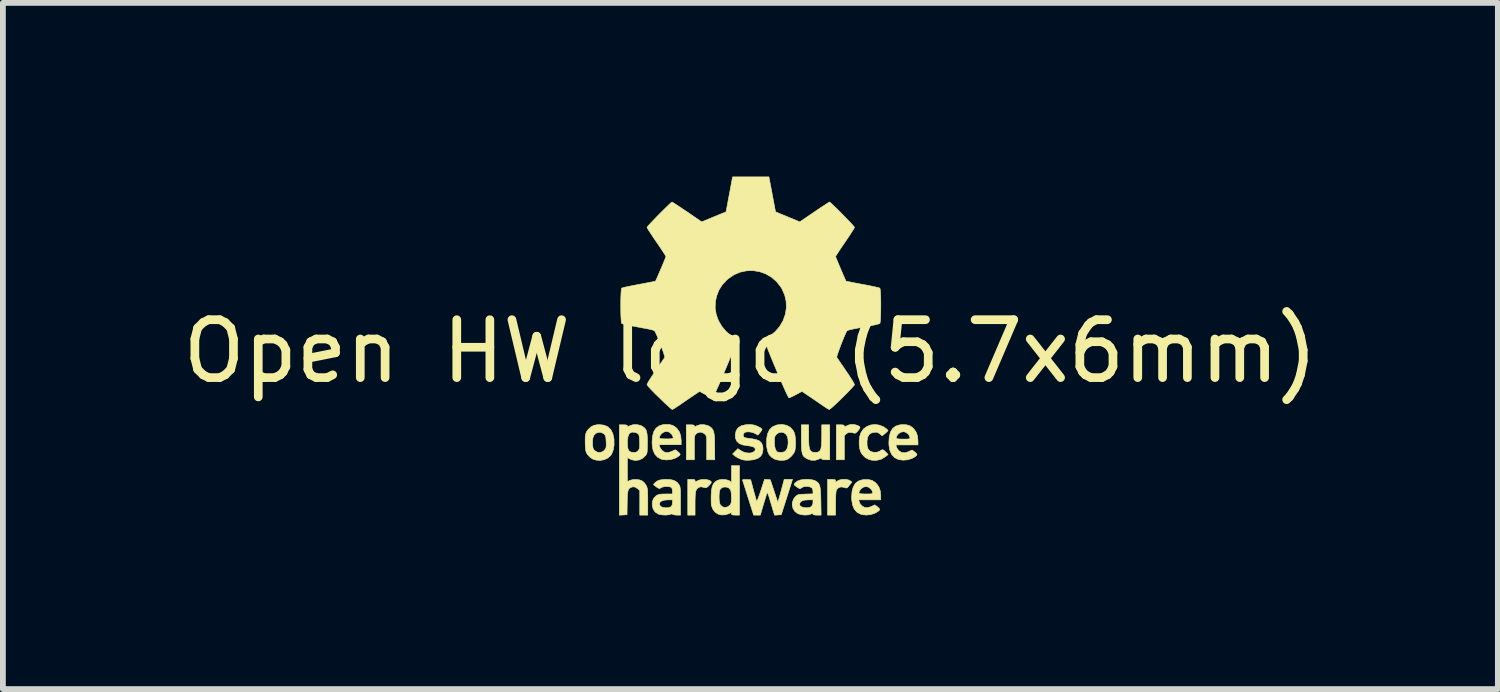
<source format=kicad_pcb>
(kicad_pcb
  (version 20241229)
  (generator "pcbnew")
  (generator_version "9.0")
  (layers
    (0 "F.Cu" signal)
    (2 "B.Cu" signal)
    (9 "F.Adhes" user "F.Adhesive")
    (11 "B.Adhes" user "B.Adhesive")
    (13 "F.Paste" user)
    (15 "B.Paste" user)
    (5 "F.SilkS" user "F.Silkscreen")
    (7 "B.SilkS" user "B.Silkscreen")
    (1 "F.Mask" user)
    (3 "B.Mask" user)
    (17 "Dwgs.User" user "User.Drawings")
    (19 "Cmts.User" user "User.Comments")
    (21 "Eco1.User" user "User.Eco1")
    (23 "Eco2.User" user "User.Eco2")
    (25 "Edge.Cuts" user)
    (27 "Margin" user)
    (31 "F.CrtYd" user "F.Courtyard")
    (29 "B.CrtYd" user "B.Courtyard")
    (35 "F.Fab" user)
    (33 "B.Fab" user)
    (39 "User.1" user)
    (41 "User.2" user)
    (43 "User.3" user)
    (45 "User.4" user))
  (footprint "Open HW logo (5.7x6mm)"
    (layer "F.Cu")
    (at 9.911 3.017)
    (property "Reference" "Open HW logo (5.7x6mm)" (at 0 0 0) (layer "F.SilkS") (effects (font (size 1 1) (thickness 0.15))))
    (attr exclude_from_pos_files exclude_from_bom)
    (fp_poly (pts (xy 1.812 1.27) (xy 1.855 1.283) (xy 1.883 1.3) (xy 1.892 1.313) (xy 1.89 1.329) (xy 1.873 1.353) (xy 1.86 1.371) (xy 1.831 1.402) (xy 1.81 1.415) (xy 1.792 1.414) (xy 1.738 1.401) (xy 1.699 1.401) (xy 1.667 1.417) (xy 1.656 1.426) (xy 1.622 1.458) (xy 1.622 1.874) (xy 1.484 1.874) (xy 1.484 1.27) (xy 1.553 1.27) (xy 1.594 1.272) (xy 1.616 1.278) (xy 1.622 1.289) (xy 1.622 1.29) (xy 1.625 1.302) (xy 1.638 1.3) (xy 1.657 1.291) (xy 1.694 1.275) (xy 1.725 1.266) (xy 1.765 1.263) (xy 1.812 1.27)) (stroke (width 0.01) (type solid)) (fill yes) (layer "F.SilkS"))
    (fp_poly (pts (xy 1.648 2.213) (xy 1.696 2.223) (xy 1.724 2.237) (xy 1.753 2.26) (xy 1.711 2.312) (xy 1.686 2.344) (xy 1.669 2.359) (xy 1.652 2.362) (xy 1.626 2.354) (xy 1.615 2.35) (xy 1.567 2.343) (xy 1.523 2.357) (xy 1.491 2.387) (xy 1.485 2.397) (xy 1.48 2.423) (xy 1.475 2.471) (xy 1.472 2.537) (xy 1.471 2.617) (xy 1.471 2.629) (xy 1.471 2.83) (xy 1.333 2.83) (xy 1.333 2.213) (xy 1.402 2.213) (xy 1.442 2.215) (xy 1.463 2.219) (xy 1.47 2.23) (xy 1.471 2.24) (xy 1.471 2.266) (xy 1.504 2.24) (xy 1.542 2.222) (xy 1.593 2.213) (xy 1.648 2.213)) (stroke (width 0.01) (type solid)) (fill yes) (layer "F.SilkS"))
    (fp_poly (pts (xy -0.981 2.215) (xy -0.962 2.22) (xy -0.956 2.233) (xy -0.956 2.238) (xy -0.955 2.254) (xy -0.947 2.256) (xy -0.927 2.246) (xy -0.915 2.238) (xy -0.877 2.223) (xy -0.832 2.215) (xy -0.784 2.215) (xy -0.74 2.22) (xy -0.703 2.232) (xy -0.68 2.248) (xy -0.676 2.268) (xy -0.678 2.274) (xy -0.695 2.296) (xy -0.721 2.324) (xy -0.725 2.329) (xy -0.75 2.35) (xy -0.771 2.357) (xy -0.801 2.352) (xy -0.813 2.349) (xy -0.85 2.341) (xy -0.876 2.345) (xy -0.898 2.356) (xy -0.919 2.372) (xy -0.934 2.392) (xy -0.944 2.42) (xy -0.951 2.46) (xy -0.954 2.516) (xy -0.956 2.59) (xy -0.956 2.636) (xy -0.956 2.83) (xy -1.082 2.83) (xy -1.082 2.213) (xy -1.019 2.213) (xy -0.981 2.215)) (stroke (width 0.01) (type solid)) (fill yes) (layer "F.SilkS"))
    (fp_poly (pts (xy 1.006 1.466) (xy 1.007 1.558) (xy 1.011 1.628) (xy 1.02 1.679) (xy 1.034 1.714) (xy 1.055 1.734) (xy 1.084 1.745) (xy 1.119 1.747) (xy 1.156 1.744) (xy 1.184 1.734) (xy 1.205 1.712) (xy 1.219 1.677) (xy 1.227 1.625) (xy 1.231 1.554) (xy 1.232 1.466) (xy 1.232 1.27) (xy 1.37 1.27) (xy 1.37 1.874) (xy 1.301 1.874) (xy 1.26 1.872) (xy 1.238 1.866) (xy 1.232 1.855) (xy 1.229 1.845) (xy 1.214 1.847) (xy 1.185 1.861) (xy 1.119 1.883) (xy 1.048 1.882) (xy 0.981 1.858) (xy 0.949 1.839) (xy 0.924 1.819) (xy 0.906 1.793) (xy 0.894 1.759) (xy 0.886 1.713) (xy 0.882 1.651) (xy 0.88 1.569) (xy 0.88 1.506) (xy 0.88 1.27) (xy 1.006 1.27) (xy 1.006 1.466)) (stroke (width 0.01) (type solid)) (fill yes) (layer "F.SilkS"))
    (fp_poly (pts (xy -0.742 1.281) (xy -0.71 1.296) (xy -0.68 1.317) (xy -0.657 1.342) (xy -0.64 1.374) (xy -0.629 1.416) (xy -0.621 1.472) (xy -0.618 1.546) (xy -0.617 1.641) (xy -0.617 1.651) (xy -0.616 1.874) (xy -0.755 1.874) (xy -0.755 1.668) (xy -0.755 1.592) (xy -0.755 1.537) (xy -0.757 1.498) (xy -0.761 1.472) (xy -0.767 1.455) (xy -0.775 1.442) (xy -0.788 1.429) (xy -0.831 1.402) (xy -0.877 1.397) (xy -0.922 1.414) (xy -0.937 1.427) (xy -0.949 1.439) (xy -0.957 1.452) (xy -0.963 1.47) (xy -0.966 1.498) (xy -0.968 1.538) (xy -0.968 1.596) (xy -0.968 1.666) (xy -0.968 1.874) (xy -1.107 1.874) (xy -1.107 1.27) (xy -1.038 1.27) (xy -0.996 1.272) (xy -0.975 1.278) (xy -0.968 1.289) (xy -0.968 1.29) (xy -0.965 1.301) (xy -0.953 1.299) (xy -0.927 1.287) (xy -0.87 1.269) (xy -0.805 1.267) (xy -0.742 1.281)) (stroke (width 0.01) (type solid)) (fill yes) (layer "F.SilkS"))
    (fp_poly (pts (xy 2.23 1.276) (xy 2.303 1.307) (xy 2.325 1.322) (xy 2.355 1.345) (xy 2.373 1.363) (xy 2.376 1.369) (xy 2.367 1.382) (xy 2.344 1.404) (xy 2.326 1.42) (xy 2.275 1.461) (xy 2.235 1.427) (xy 2.204 1.405) (xy 2.174 1.398) (xy 2.14 1.4) (xy 2.085 1.413) (xy 2.047 1.442) (xy 2.024 1.487) (xy 2.014 1.553) (xy 2.014 1.553) (xy 2.015 1.627) (xy 2.029 1.681) (xy 2.057 1.718) (xy 2.076 1.73) (xy 2.126 1.745) (xy 2.18 1.745) (xy 2.227 1.73) (xy 2.238 1.723) (xy 2.266 1.704) (xy 2.288 1.701) (xy 2.311 1.715) (xy 2.337 1.74) (xy 2.378 1.783) (xy 2.333 1.82) (xy 2.262 1.863) (xy 2.183 1.884) (xy 2.1 1.882) (xy 2.045 1.868) (xy 1.981 1.834) (xy 1.93 1.78) (xy 1.907 1.742) (xy 1.889 1.687) (xy 1.879 1.618) (xy 1.879 1.543) (xy 1.888 1.471) (xy 1.907 1.411) (xy 1.91 1.405) (xy 1.952 1.344) (xy 2.01 1.3) (xy 2.079 1.273) (xy 2.154 1.265) (xy 2.23 1.276)) (stroke (width 0.01) (type solid)) (fill yes) (layer "F.SilkS"))
    (fp_poly (pts (xy 0.623 1.278) (xy 0.687 1.312) (xy 0.737 1.367) (xy 0.76 1.412) (xy 0.77 1.451) (xy 0.777 1.507) (xy 0.779 1.571) (xy 0.778 1.636) (xy 0.773 1.693) (xy 0.767 1.724) (xy 0.746 1.765) (xy 0.711 1.809) (xy 0.668 1.848) (xy 0.626 1.873) (xy 0.625 1.873) (xy 0.572 1.884) (xy 0.51 1.884) (xy 0.45 1.874) (xy 0.427 1.867) (xy 0.369 1.833) (xy 0.326 1.789) (xy 0.299 1.731) (xy 0.283 1.655) (xy 0.28 1.616) (xy 0.28 1.566) (xy 0.415 1.566) (xy 0.419 1.639) (xy 0.432 1.694) (xy 0.453 1.73) (xy 0.468 1.74) (xy 0.506 1.747) (xy 0.551 1.745) (xy 0.59 1.735) (xy 0.6 1.729) (xy 0.627 1.696) (xy 0.645 1.646) (xy 0.652 1.585) (xy 0.649 1.52) (xy 0.641 1.481) (xy 0.617 1.436) (xy 0.579 1.407) (xy 0.534 1.397) (xy 0.487 1.408) (xy 0.452 1.433) (xy 0.433 1.454) (xy 0.422 1.474) (xy 0.416 1.502) (xy 0.415 1.545) (xy 0.415 1.566) (xy 0.28 1.566) (xy 0.281 1.509) (xy 0.298 1.422) (xy 0.331 1.354) (xy 0.381 1.305) (xy 0.448 1.276) (xy 0.462 1.272) (xy 0.548 1.264) (xy 0.623 1.278)) (stroke (width 0.01) (type solid)) (fill yes) (layer "F.SilkS"))
    (fp_poly (pts (xy 0.294 2.216) (xy 0.344 2.22) (xy 0.474 2.61) (xy 0.494 2.54) (xy 0.506 2.498) (xy 0.523 2.44) (xy 0.54 2.376) (xy 0.549 2.342) (xy 0.584 2.213) (xy 0.727 2.213) (xy 0.684 2.349) (xy 0.663 2.415) (xy 0.638 2.495) (xy 0.611 2.579) (xy 0.587 2.654) (xy 0.533 2.823) (xy 0.475 2.827) (xy 0.417 2.831) (xy 0.385 2.727) (xy 0.366 2.662) (xy 0.344 2.59) (xy 0.326 2.527) (xy 0.325 2.525) (xy 0.311 2.482) (xy 0.299 2.453) (xy 0.29 2.442) (xy 0.289 2.443) (xy 0.282 2.46) (xy 0.271 2.497) (xy 0.255 2.548) (xy 0.236 2.61) (xy 0.226 2.644) (xy 0.171 2.83) (xy 0.056 2.83) (xy -0.037 2.537) (xy -0.063 2.455) (xy -0.086 2.381) (xy -0.107 2.317) (xy -0.122 2.268) (xy -0.132 2.238) (xy -0.135 2.229) (xy -0.133 2.219) (xy -0.114 2.215) (xy -0.075 2.216) (xy -0.069 2.216) (xy 0.005 2.22) (xy 0.052 2.396) (xy 0.07 2.46) (xy 0.086 2.516) (xy 0.098 2.56) (xy 0.106 2.586) (xy 0.107 2.591) (xy 0.113 2.586) (xy 0.126 2.56) (xy 0.142 2.518) (xy 0.162 2.462) (xy 0.179 2.411) (xy 0.244 2.212) (xy 0.294 2.216)) (stroke (width 0.01) (type solid)) (fill yes) (layer "F.SilkS"))
    (fp_poly (pts (xy -2.526 1.277) (xy -2.46 1.306) (xy -2.41 1.355) (xy -2.376 1.423) (xy -2.357 1.51) (xy -2.356 1.524) (xy -2.355 1.621) (xy -2.369 1.705) (xy -2.396 1.774) (xy -2.41 1.796) (xy -2.461 1.843) (xy -2.525 1.873) (xy -2.597 1.886) (xy -2.671 1.879) (xy -2.727 1.86) (xy -2.775 1.826) (xy -2.814 1.783) (xy -2.815 1.782) (xy -2.831 1.755) (xy -2.841 1.728) (xy -2.847 1.694) (xy -2.851 1.646) (xy -2.853 1.607) (xy -2.853 1.571) (xy -2.728 1.571) (xy -2.726 1.607) (xy -2.722 1.654) (xy -2.714 1.684) (xy -2.7 1.706) (xy -2.686 1.718) (xy -2.639 1.745) (xy -2.59 1.748) (xy -2.544 1.729) (xy -2.521 1.708) (xy -2.505 1.687) (xy -2.495 1.666) (xy -2.491 1.639) (xy -2.49 1.599) (xy -2.492 1.562) (xy -2.495 1.51) (xy -2.499 1.476) (xy -2.507 1.453) (xy -2.521 1.436) (xy -2.531 1.426) (xy -2.576 1.401) (xy -2.625 1.4) (xy -2.665 1.415) (xy -2.7 1.446) (xy -2.721 1.498) (xy -2.728 1.571) (xy -2.853 1.571) (xy -2.854 1.528) (xy -2.852 1.47) (xy -2.844 1.426) (xy -2.83 1.391) (xy -2.809 1.36) (xy -2.802 1.351) (xy -2.753 1.306) (xy -2.702 1.279) (xy -2.638 1.268) (xy -2.608 1.267) (xy -2.526 1.277)) (stroke (width 0.01) (type solid)) (fill yes) (layer "F.SilkS"))
    (fp_poly (pts (xy -0.189 2.83) (xy -0.258 2.83) (xy -0.298 2.828) (xy -0.319 2.824) (xy -0.326 2.813) (xy -0.327 2.806) (xy -0.328 2.791) (xy -0.336 2.789) (xy -0.357 2.798) (xy -0.374 2.806) (xy -0.437 2.825) (xy -0.505 2.827) (xy -0.56 2.812) (xy -0.612 2.777) (xy -0.651 2.725) (xy -0.673 2.663) (xy -0.674 2.66) (xy -0.677 2.622) (xy -0.678 2.569) (xy -0.678 2.528) (xy -0.541 2.528) (xy -0.538 2.582) (xy -0.53 2.627) (xy -0.521 2.652) (xy -0.484 2.686) (xy -0.44 2.698) (xy -0.394 2.688) (xy -0.355 2.659) (xy -0.341 2.639) (xy -0.332 2.615) (xy -0.328 2.58) (xy -0.327 2.528) (xy -0.329 2.476) (xy -0.334 2.43) (xy -0.34 2.4) (xy -0.341 2.397) (xy -0.368 2.365) (xy -0.407 2.347) (xy -0.451 2.344) (xy -0.492 2.356) (xy -0.522 2.384) (xy -0.525 2.39) (xy -0.535 2.424) (xy -0.54 2.473) (xy -0.541 2.528) (xy -0.678 2.528) (xy -0.678 2.507) (xy -0.677 2.474) (xy -0.671 2.393) (xy -0.658 2.332) (xy -0.637 2.286) (xy -0.605 2.253) (xy -0.575 2.233) (xy -0.532 2.219) (xy -0.479 2.214) (xy -0.424 2.218) (xy -0.377 2.23) (xy -0.353 2.244) (xy -0.327 2.268) (xy -0.327 1.975) (xy -0.189 1.975) (xy -0.189 2.83)) (stroke (width 0.01) (type solid)) (fill yes) (layer "F.SilkS"))
    (fp_poly (pts (xy 0.026 1.268) (xy 0.074 1.277) (xy 0.123 1.296) (xy 0.129 1.299) (xy 0.166 1.318) (xy 0.192 1.337) (xy 0.201 1.348) (xy 0.193 1.367) (xy 0.173 1.396) (xy 0.165 1.406) (xy 0.129 1.448) (xy 0.083 1.421) (xy 0.04 1.403) (xy -0.011 1.393) (xy -0.059 1.392) (xy -0.096 1.401) (xy -0.105 1.407) (xy -0.122 1.433) (xy -0.124 1.463) (xy -0.111 1.486) (xy -0.104 1.49) (xy -0.081 1.496) (xy -0.041 1.503) (xy 0.008 1.509) (xy 0.017 1.51) (xy 0.095 1.524) (xy 0.153 1.547) (xy 0.19 1.582) (xy 0.212 1.63) (xy 0.218 1.69) (xy 0.209 1.757) (xy 0.18 1.81) (xy 0.13 1.849) (xy 0.059 1.873) (xy -0.019 1.882) (xy -0.083 1.882) (xy -0.135 1.874) (xy -0.17 1.862) (xy -0.215 1.841) (xy -0.256 1.816) (xy -0.27 1.806) (xy -0.308 1.775) (xy -0.263 1.729) (xy -0.217 1.683) (xy -0.165 1.717) (xy -0.114 1.743) (xy -0.058 1.756) (xy -0.005 1.758) (xy 0.04 1.747) (xy 0.072 1.725) (xy 0.083 1.707) (xy 0.081 1.677) (xy 0.056 1.654) (xy 0.006 1.639) (xy -0.049 1.631) (xy -0.132 1.618) (xy -0.195 1.592) (xy -0.236 1.552) (xy -0.258 1.5) (xy -0.261 1.437) (xy -0.246 1.371) (xy -0.212 1.322) (xy -0.159 1.288) (xy -0.086 1.27) (xy -0.033 1.266) (xy 0.026 1.268)) (stroke (width 0.01) (type solid)) (fill yes) (layer "F.SilkS"))
    (fp_poly (pts (xy -1.401 1.265) (xy -1.341 1.281) (xy -1.291 1.313) (xy -1.266 1.337) (xy -1.226 1.394) (xy -1.204 1.46) (xy -1.196 1.541) (xy -1.196 1.548) (xy -1.196 1.614) (xy -1.575 1.614) (xy -1.567 1.649) (xy -1.553 1.68) (xy -1.527 1.712) (xy -1.522 1.718) (xy -1.476 1.746) (xy -1.423 1.751) (xy -1.363 1.732) (xy -1.353 1.727) (xy -1.321 1.712) (xy -1.3 1.703) (xy -1.297 1.702) (xy -1.284 1.71) (xy -1.259 1.729) (xy -1.247 1.74) (xy -1.221 1.763) (xy -1.213 1.779) (xy -1.219 1.794) (xy -1.222 1.798) (xy -1.243 1.815) (xy -1.278 1.836) (xy -1.302 1.848) (xy -1.372 1.87) (xy -1.448 1.877) (xy -1.521 1.869) (xy -1.541 1.863) (xy -1.604 1.829) (xy -1.651 1.777) (xy -1.682 1.707) (xy -1.696 1.617) (xy -1.698 1.57) (xy -1.693 1.502) (xy -1.573 1.502) (xy -1.561 1.507) (xy -1.53 1.511) (xy -1.484 1.513) (xy -1.453 1.513) (xy -1.398 1.513) (xy -1.363 1.511) (xy -1.343 1.507) (xy -1.335 1.499) (xy -1.334 1.488) (xy -1.345 1.455) (xy -1.372 1.421) (xy -1.407 1.395) (xy -1.443 1.385) (xy -1.492 1.394) (xy -1.534 1.421) (xy -1.563 1.46) (xy -1.573 1.502) (xy -1.693 1.502) (xy -1.691 1.47) (xy -1.67 1.391) (xy -1.633 1.331) (xy -1.581 1.291) (xy -1.514 1.268) (xy -1.477 1.264) (xy -1.401 1.265)) (stroke (width 0.01) (type solid)) (fill yes) (layer "F.SilkS"))
    (fp_poly (pts (xy 2.045 2.217) (xy 2.105 2.232) (xy 2.155 2.265) (xy 2.18 2.289) (xy 2.22 2.346) (xy 2.243 2.412) (xy 2.251 2.493) (xy 2.251 2.5) (xy 2.251 2.566) (xy 1.871 2.566) (xy 1.879 2.6) (xy 1.893 2.631) (xy 1.919 2.664) (xy 1.924 2.669) (xy 1.97 2.697) (xy 2.023 2.702) (xy 2.083 2.684) (xy 2.093 2.679) (xy 2.125 2.664) (xy 2.146 2.655) (xy 2.15 2.654) (xy 2.162 2.662) (xy 2.187 2.681) (xy 2.199 2.691) (xy 2.225 2.715) (xy 2.233 2.731) (xy 2.228 2.745) (xy 2.224 2.749) (xy 2.203 2.767) (xy 2.168 2.788) (xy 2.144 2.8) (xy 2.075 2.822) (xy 1.998 2.829) (xy 1.925 2.82) (xy 1.905 2.814) (xy 1.842 2.781) (xy 1.795 2.729) (xy 1.765 2.658) (xy 1.75 2.568) (xy 1.748 2.522) (xy 1.753 2.453) (xy 1.873 2.453) (xy 1.885 2.458) (xy 1.916 2.462) (xy 1.962 2.465) (xy 1.993 2.465) (xy 2.048 2.465) (xy 2.083 2.463) (xy 2.103 2.459) (xy 2.111 2.451) (xy 2.112 2.44) (xy 2.102 2.406) (xy 2.074 2.373) (xy 2.039 2.347) (xy 2.003 2.337) (xy 1.954 2.346) (xy 1.913 2.373) (xy 1.883 2.412) (xy 1.873 2.453) (xy 1.753 2.453) (xy 1.755 2.422) (xy 1.777 2.343) (xy 1.813 2.283) (xy 1.865 2.242) (xy 1.932 2.22) (xy 1.969 2.216) (xy 2.045 2.217)) (stroke (width 0.01) (type solid)) (fill yes) (layer "F.SilkS"))
    (fp_poly (pts (xy 2.689 1.269) (xy 2.749 1.284) (xy 2.799 1.317) (xy 2.823 1.341) (xy 2.863 1.398) (xy 2.886 1.464) (xy 2.894 1.545) (xy 2.894 1.552) (xy 2.894 1.618) (xy 2.514 1.618) (xy 2.522 1.652) (xy 2.537 1.683) (xy 2.563 1.716) (xy 2.568 1.721) (xy 2.614 1.749) (xy 2.666 1.754) (xy 2.727 1.736) (xy 2.737 1.731) (xy 2.768 1.716) (xy 2.789 1.707) (xy 2.793 1.706) (xy 2.806 1.714) (xy 2.83 1.733) (xy 2.843 1.743) (xy 2.868 1.767) (xy 2.877 1.783) (xy 2.871 1.797) (xy 2.868 1.801) (xy 2.847 1.819) (xy 2.812 1.84) (xy 2.787 1.852) (xy 2.718 1.874) (xy 2.641 1.881) (xy 2.569 1.872) (xy 2.548 1.866) (xy 2.485 1.833) (xy 2.439 1.781) (xy 2.408 1.71) (xy 2.393 1.62) (xy 2.392 1.574) (xy 2.396 1.505) (xy 2.517 1.505) (xy 2.529 1.51) (xy 2.56 1.514) (xy 2.606 1.517) (xy 2.636 1.517) (xy 2.692 1.517) (xy 2.727 1.515) (xy 2.746 1.511) (xy 2.754 1.503) (xy 2.756 1.492) (xy 2.745 1.458) (xy 2.718 1.425) (xy 2.682 1.399) (xy 2.647 1.389) (xy 2.598 1.398) (xy 2.556 1.425) (xy 2.527 1.464) (xy 2.517 1.505) (xy 2.396 1.505) (xy 2.399 1.474) (xy 2.42 1.395) (xy 2.456 1.335) (xy 2.508 1.294) (xy 2.576 1.272) (xy 2.613 1.268) (xy 2.689 1.269)) (stroke (width 0.01) (type solid)) (fill yes) (layer "F.SilkS"))
    (fp_poly (pts (xy 1.051 2.217) (xy 1.104 2.23) (xy 1.119 2.237) (xy 1.149 2.255) (xy 1.172 2.275) (xy 1.189 2.301) (xy 1.2 2.336) (xy 1.208 2.384) (xy 1.213 2.448) (xy 1.216 2.532) (xy 1.217 2.588) (xy 1.221 2.83) (xy 1.151 2.83) (xy 1.109 2.828) (xy 1.087 2.822) (xy 1.081 2.811) (xy 1.078 2.8) (xy 1.065 2.803) (xy 1.047 2.811) (xy 1.001 2.825) (xy 0.942 2.829) (xy 0.881 2.823) (xy 0.826 2.807) (xy 0.821 2.805) (xy 0.771 2.77) (xy 0.738 2.721) (xy 0.723 2.664) (xy 0.724 2.644) (xy 0.848 2.644) (xy 0.859 2.671) (xy 0.891 2.691) (xy 0.943 2.702) (xy 0.971 2.703) (xy 1.018 2.699) (xy 1.049 2.685) (xy 1.056 2.679) (xy 1.077 2.642) (xy 1.081 2.61) (xy 1.081 2.566) (xy 1.02 2.566) (xy 0.949 2.569) (xy 0.899 2.581) (xy 0.867 2.601) (xy 0.86 2.61) (xy 0.848 2.644) (xy 0.724 2.644) (xy 0.726 2.604) (xy 0.749 2.547) (xy 0.78 2.508) (xy 0.799 2.492) (xy 0.817 2.481) (xy 0.841 2.474) (xy 0.876 2.47) (xy 0.929 2.468) (xy 0.95 2.467) (xy 1.081 2.463) (xy 1.081 2.423) (xy 1.076 2.381) (xy 1.058 2.356) (xy 1.02 2.34) (xy 1.019 2.34) (xy 0.967 2.333) (xy 0.915 2.341) (xy 0.877 2.362) (xy 0.862 2.372) (xy 0.845 2.37) (xy 0.82 2.356) (xy 0.805 2.346) (xy 0.776 2.324) (xy 0.757 2.308) (xy 0.755 2.303) (xy 0.766 2.279) (xy 0.802 2.25) (xy 0.817 2.24) (xy 0.861 2.224) (xy 0.921 2.214) (xy 0.987 2.212) (xy 1.051 2.217)) (stroke (width 0.01) (type solid)) (fill yes) (layer "F.SilkS"))
    (fp_poly (pts (xy -1.372 2.218) (xy -1.313 2.234) (xy -1.268 2.263) (xy -1.236 2.3) (xy -1.226 2.316) (xy -1.219 2.333) (xy -1.214 2.354) (xy -1.21 2.384) (xy -1.208 2.427) (xy -1.207 2.486) (xy -1.207 2.565) (xy -1.207 2.586) (xy -1.207 2.83) (xy -1.268 2.83) (xy -1.306 2.827) (xy -1.335 2.82) (xy -1.342 2.816) (xy -1.361 2.809) (xy -1.381 2.816) (xy -1.414 2.825) (xy -1.462 2.829) (xy -1.514 2.827) (xy -1.563 2.82) (xy -1.591 2.812) (xy -1.645 2.777) (xy -1.679 2.728) (xy -1.695 2.664) (xy -1.695 2.662) (xy -1.694 2.633) (xy -1.572 2.633) (xy -1.561 2.666) (xy -1.544 2.684) (xy -1.509 2.698) (xy -1.463 2.704) (xy -1.417 2.701) (xy -1.379 2.69) (xy -1.369 2.683) (xy -1.35 2.651) (xy -1.346 2.614) (xy -1.346 2.566) (xy -1.415 2.566) (xy -1.481 2.571) (xy -1.531 2.585) (xy -1.562 2.608) (xy -1.572 2.633) (xy -1.694 2.633) (xy -1.692 2.591) (xy -1.668 2.536) (xy -1.625 2.493) (xy -1.618 2.49) (xy -1.592 2.477) (xy -1.56 2.47) (xy -1.515 2.466) (xy -1.462 2.465) (xy -1.346 2.465) (xy -1.346 2.416) (xy -1.351 2.378) (xy -1.363 2.353) (xy -1.365 2.352) (xy -1.393 2.341) (xy -1.435 2.336) (xy -1.482 2.338) (xy -1.523 2.347) (xy -1.548 2.359) (xy -1.561 2.369) (xy -1.575 2.37) (xy -1.594 2.362) (xy -1.624 2.343) (xy -1.667 2.309) (xy -1.671 2.306) (xy -1.669 2.294) (xy -1.652 2.275) (xy -1.626 2.253) (xy -1.597 2.235) (xy -1.588 2.231) (xy -1.555 2.222) (xy -1.506 2.216) (xy -1.452 2.213) (xy -1.45 2.213) (xy -1.372 2.218)) (stroke (width 0.01) (type solid)) (fill yes) (layer "F.SilkS"))
    (fp_poly (pts (xy -1.896 1.281) (xy -1.87 1.294) (xy -1.837 1.317) (xy -1.813 1.342) (xy -1.797 1.373) (xy -1.787 1.415) (xy -1.781 1.472) (xy -1.779 1.548) (xy -1.779 1.581) (xy -1.78 1.652) (xy -1.781 1.704) (xy -1.784 1.739) (xy -1.789 1.764) (xy -1.797 1.781) (xy -1.805 1.794) (xy -1.858 1.846) (xy -1.919 1.877) (xy -1.986 1.886) (xy -2.053 1.873) (xy -2.074 1.863) (xy -2.125 1.837) (xy -2.125 2.252) (xy -2.088 2.233) (xy -2.039 2.218) (xy -1.979 2.214) (xy -1.919 2.221) (xy -1.874 2.237) (xy -1.836 2.267) (xy -1.804 2.31) (xy -1.802 2.314) (xy -1.792 2.335) (xy -1.784 2.356) (xy -1.779 2.381) (xy -1.776 2.415) (xy -1.774 2.462) (xy -1.773 2.527) (xy -1.773 2.599) (xy -1.773 2.83) (xy -1.911 2.83) (xy -1.911 2.404) (xy -1.95 2.372) (xy -1.99 2.346) (xy -2.028 2.341) (xy -2.067 2.353) (xy -2.087 2.365) (xy -2.102 2.382) (xy -2.113 2.408) (xy -2.12 2.446) (xy -2.125 2.5) (xy -2.127 2.573) (xy -2.128 2.622) (xy -2.131 2.823) (xy -2.197 2.827) (xy -2.263 2.831) (xy -2.263 1.582) (xy -2.125 1.582) (xy -2.122 1.652) (xy -2.11 1.7) (xy -2.088 1.73) (xy -2.053 1.745) (xy -2.018 1.748) (xy -1.979 1.745) (xy -1.953 1.731) (xy -1.936 1.714) (xy -1.923 1.695) (xy -1.916 1.673) (xy -1.912 1.644) (xy -1.912 1.599) (xy -1.913 1.562) (xy -1.916 1.505) (xy -1.92 1.468) (xy -1.927 1.445) (xy -1.937 1.429) (xy -1.947 1.42) (xy -1.99 1.4) (xy -2.039 1.397) (xy -2.068 1.404) (xy -2.096 1.428) (xy -2.115 1.476) (xy -2.124 1.545) (xy -2.125 1.582) (xy -2.263 1.582) (xy -2.263 1.27) (xy -2.194 1.27) (xy -2.153 1.272) (xy -2.131 1.278) (xy -2.125 1.289) (xy -2.125 1.29) (xy -2.122 1.301) (xy -2.11 1.299) (xy -2.084 1.287) (xy -2.025 1.268) (xy -1.959 1.267) (xy -1.896 1.281)) (stroke (width 0.01) (type solid)) (fill yes) (layer "F.SilkS"))
    (fp_poly (pts (xy 0.377 -2.71) (xy 0.434 -2.408) (xy 0.853 -2.235) (xy 1.105 -2.407) (xy 1.175 -2.454) (xy 1.239 -2.497) (xy 1.293 -2.532) (xy 1.334 -2.559) (xy 1.36 -2.574) (xy 1.367 -2.578) (xy 1.379 -2.569) (xy 1.406 -2.545) (xy 1.444 -2.509) (xy 1.491 -2.464) (xy 1.542 -2.413) (xy 1.596 -2.358) (xy 1.649 -2.304) (xy 1.698 -2.253) (xy 1.741 -2.208) (xy 1.773 -2.172) (xy 1.793 -2.148) (xy 1.798 -2.14) (xy 1.791 -2.125) (xy 1.772 -2.093) (xy 1.742 -2.047) (xy 1.705 -1.989) (xy 1.66 -1.923) (xy 1.635 -1.886) (xy 1.588 -1.817) (xy 1.546 -1.755) (xy 1.512 -1.703) (xy 1.487 -1.664) (xy 1.473 -1.641) (xy 1.471 -1.636) (xy 1.476 -1.622) (xy 1.489 -1.59) (xy 1.508 -1.544) (xy 1.531 -1.488) (xy 1.557 -1.427) (xy 1.583 -1.366) (xy 1.607 -1.31) (xy 1.628 -1.262) (xy 1.643 -1.228) (xy 1.651 -1.211) (xy 1.652 -1.211) (xy 1.665 -1.208) (xy 1.699 -1.201) (xy 1.75 -1.191) (xy 1.816 -1.178) (xy 1.893 -1.163) (xy 1.937 -1.155) (xy 2.019 -1.14) (xy 2.093 -1.125) (xy 2.155 -1.112) (xy 2.202 -1.101) (xy 2.23 -1.093) (xy 2.235 -1.091) (xy 2.241 -1.074) (xy 2.245 -1.037) (xy 2.248 -0.983) (xy 2.251 -0.917) (xy 2.252 -0.844) (xy 2.252 -0.767) (xy 2.251 -0.691) (xy 2.249 -0.621) (xy 2.246 -0.56) (xy 2.243 -0.514) (xy 2.238 -0.486) (xy 2.235 -0.48) (xy 2.217 -0.473) (xy 2.179 -0.463) (xy 2.127 -0.451) (xy 2.065 -0.439) (xy 2.043 -0.435) (xy 1.938 -0.415) (xy 1.855 -0.4) (xy 1.792 -0.388) (xy 1.745 -0.378) (xy 1.711 -0.37) (xy 1.689 -0.363) (xy 1.676 -0.357) (xy 1.667 -0.351) (xy 1.666 -0.35) (xy 1.655 -0.331) (xy 1.638 -0.294) (xy 1.616 -0.244) (xy 1.592 -0.185) (xy 1.567 -0.121) (xy 1.543 -0.058) (xy 1.522 0.001) (xy 1.505 0.05) (xy 1.494 0.086) (xy 1.492 0.104) (xy 1.492 0.104) (xy 1.501 0.119) (xy 1.523 0.151) (xy 1.554 0.197) (xy 1.593 0.253) (xy 1.637 0.318) (xy 1.649 0.336) (xy 1.694 0.402) (xy 1.733 0.462) (xy 1.765 0.513) (xy 1.787 0.552) (xy 1.798 0.574) (xy 1.798 0.576) (xy 1.789 0.591) (xy 1.765 0.619) (xy 1.729 0.658) (xy 1.683 0.706) (xy 1.632 0.758) (xy 1.577 0.812) (xy 1.523 0.865) (xy 1.472 0.913) (xy 1.427 0.955) (xy 1.391 0.985) (xy 1.368 1.003) (xy 1.362 1.006) (xy 1.347 0.999) (xy 1.316 0.981) (xy 1.275 0.954) (xy 1.244 0.933) (xy 1.187 0.894) (xy 1.119 0.847) (xy 1.051 0.801) (xy 1.014 0.776) (xy 0.891 0.693) (xy 0.787 0.749) (xy 0.74 0.773) (xy 0.7 0.792) (xy 0.672 0.803) (xy 0.665 0.805) (xy 0.657 0.794) (xy 0.641 0.762) (xy 0.617 0.713) (xy 0.588 0.649) (xy 0.555 0.574) (xy 0.518 0.489) (xy 0.48 0.399) (xy 0.441 0.306) (xy 0.402 0.213) (xy 0.365 0.123) (xy 0.331 0.039) (xy 0.301 -0.037) (xy 0.276 -0.1) (xy 0.258 -0.15) (xy 0.248 -0.182) (xy 0.246 -0.193) (xy 0.259 -0.206) (xy 0.288 -0.229) (xy 0.325 -0.256) (xy 0.329 -0.258) (xy 0.426 -0.336) (xy 0.505 -0.427) (xy 0.564 -0.528) (xy 0.603 -0.637) (xy 0.621 -0.749) (xy 0.617 -0.863) (xy 0.591 -0.976) (xy 0.542 -1.084) (xy 0.527 -1.108) (xy 0.452 -1.203) (xy 0.364 -1.28) (xy 0.265 -1.337) (xy 0.158 -1.375) (xy 0.047 -1.393) (xy -0.066 -1.39) (xy -0.176 -1.367) (xy -0.282 -1.322) (xy -0.38 -1.256) (xy -0.41 -1.23) (xy -0.488 -1.145) (xy -0.544 -1.057) (xy -0.582 -0.958) (xy -0.604 -0.86) (xy -0.609 -0.749) (xy -0.591 -0.638) (xy -0.553 -0.531) (xy -0.494 -0.43) (xy -0.418 -0.34) (xy -0.327 -0.264) (xy -0.315 -0.256) (xy -0.277 -0.23) (xy -0.248 -0.207) (xy -0.234 -0.193) (xy -0.234 -0.193) (xy -0.237 -0.177) (xy -0.248 -0.141) (xy -0.268 -0.089) (xy -0.293 -0.023) (xy -0.324 0.055) (xy -0.359 0.14) (xy -0.397 0.231) (xy -0.436 0.325) (xy -0.475 0.417) (xy -0.513 0.506) (xy -0.549 0.589) (xy -0.582 0.662) (xy -0.61 0.724) (xy -0.632 0.77) (xy -0.647 0.797) (xy -0.653 0.805) (xy -0.671 0.799) (xy -0.706 0.784) (xy -0.75 0.762) (xy -0.774 0.749) (xy -0.878 0.693) (xy -1.002 0.776) (xy -1.065 0.819) (xy -1.134 0.866) (xy -1.199 0.911) (xy -1.231 0.933) (xy -1.277 0.963) (xy -1.315 0.988) (xy -1.342 1.003) (xy -1.351 1.006) (xy -1.363 0.997) (xy -1.391 0.974) (xy -1.431 0.937) (xy -1.482 0.891) (xy -1.539 0.836) (xy -1.575 0.801) (xy -1.639 0.739) (xy -1.694 0.683) (xy -1.738 0.636) (xy -1.769 0.601) (xy -1.784 0.579) (xy -1.786 0.575) (xy -1.779 0.558) (xy -1.76 0.524) (xy -1.73 0.476) (xy -1.693 0.419) (xy -1.649 0.354) (xy -1.637 0.336) (xy -1.592 0.27) (xy -1.551 0.211) (xy -1.518 0.162) (xy -1.493 0.126) (xy -1.481 0.107) (xy -1.479 0.104) (xy -1.481 0.089) (xy -1.491 0.055) (xy -1.507 0.006) (xy -1.528 -0.052) (xy -1.552 -0.115) (xy -1.577 -0.178) (xy -1.601 -0.238) (xy -1.623 -0.29) (xy -1.641 -0.328) (xy -1.653 -0.349) (xy -1.654 -0.35) (xy -1.661 -0.356) (xy -1.674 -0.362) (xy -1.694 -0.369) (xy -1.725 -0.376) (xy -1.769 -0.386) (xy -1.829 -0.397) (xy -1.908 -0.412) (xy -2.009 -0.431) (xy -2.03 -0.435) (xy -2.095 -0.447) (xy -2.151 -0.459) (xy -2.194 -0.47) (xy -2.219 -0.478) (xy -2.222 -0.48) (xy -2.228 -0.497) (xy -2.232 -0.534) (xy -2.235 -0.588) (xy -2.238 -0.654) (xy -2.239 -0.728) (xy -2.239 -0.804) (xy -2.239 -0.88) (xy -2.237 -0.95) (xy -2.234 -1.011) (xy -2.23 -1.057) (xy -2.225 -1.085) (xy -2.223 -1.091) (xy -2.206 -1.096) (xy -2.169 -1.106) (xy -2.114 -1.118) (xy -2.045 -1.132) (xy -1.967 -1.147) (xy -1.925 -1.155) (xy -1.844 -1.17) (xy -1.772 -1.184) (xy -1.712 -1.196) (xy -1.668 -1.204) (xy -1.643 -1.21) (xy -1.639 -1.211) (xy -1.633 -1.224) (xy -1.618 -1.256) (xy -1.598 -1.302) (xy -1.574 -1.358) (xy -1.548 -1.418) (xy -1.522 -1.479) (xy -1.498 -1.536) (xy -1.479 -1.584) (xy -1.465 -1.619) (xy -1.459 -1.636) (xy -1.459 -1.637) (xy -1.465 -1.65) (xy -1.485 -1.681) (xy -1.514 -1.727) (xy -1.552 -1.784) (xy -1.596 -1.849) (xy -1.622 -1.886) (xy -1.669 -1.955) (xy -1.71 -2.017) (xy -1.745 -2.07) (xy -1.77 -2.11) (xy -1.784 -2.135) (xy -1.786 -2.14) (xy -1.777 -2.153) (xy -1.754 -2.18) (xy -1.718 -2.219) (xy -1.673 -2.266) (xy -1.623 -2.318) (xy -1.569 -2.373) (xy -1.516 -2.426) (xy -1.465 -2.476) (xy -1.421 -2.519) (xy -1.385 -2.553) (xy -1.362 -2.573) (xy -1.354 -2.578) (xy -1.341 -2.571) (xy -1.311 -2.552) (xy -1.265 -2.522) (xy -1.208 -2.485) (xy -1.142 -2.44) (xy -1.092 -2.407) (xy -0.841 -2.235) (xy -0.631 -2.322) (xy -0.421 -2.408) (xy -0.364 -2.71) (xy -0.308 -3.012) (xy 0.32 -3.012) (xy 0.377 -2.71)) (stroke (width 0.01) (type solid)) (fill yes) (layer "F.SilkS")))
  (gr_rect
    (start -3 -3)
    (end 22.821 8.852)
    (stroke (width 0.1) (type default))
    (fill no)
    (layer "Edge.Cuts")))
</source>
